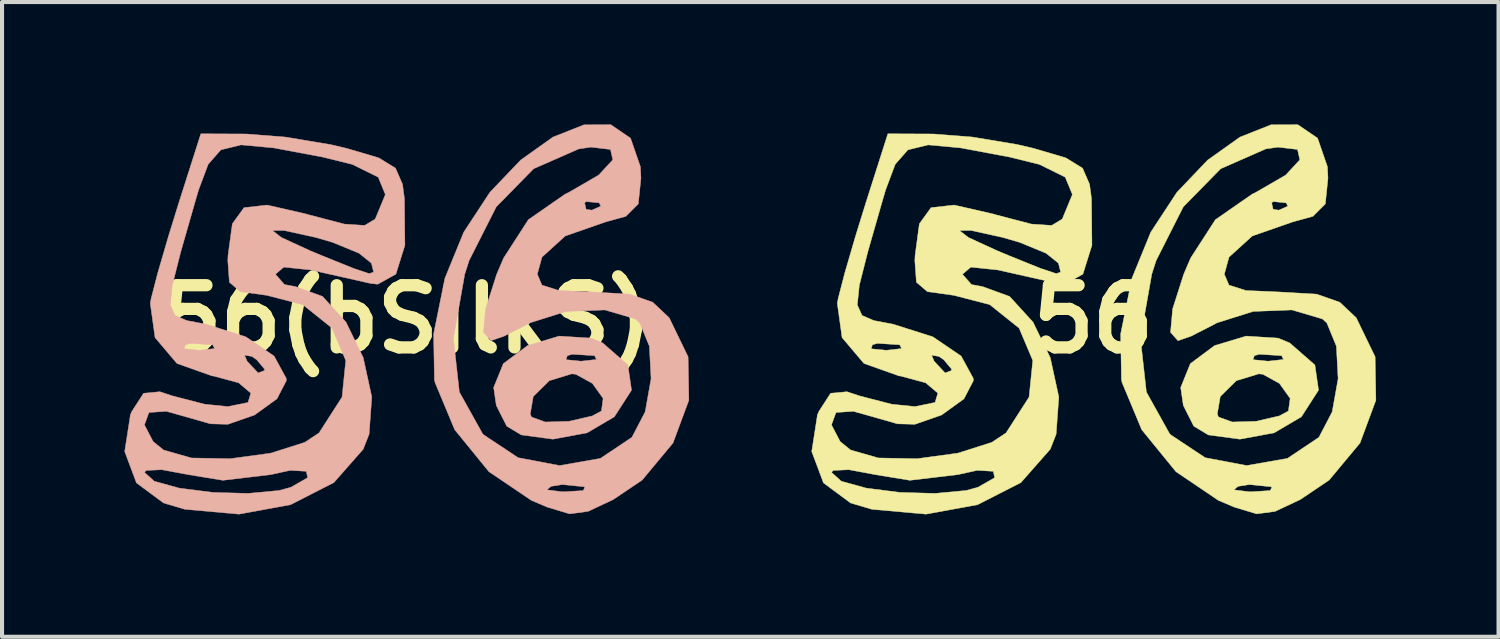
<source format=kicad_pcb>
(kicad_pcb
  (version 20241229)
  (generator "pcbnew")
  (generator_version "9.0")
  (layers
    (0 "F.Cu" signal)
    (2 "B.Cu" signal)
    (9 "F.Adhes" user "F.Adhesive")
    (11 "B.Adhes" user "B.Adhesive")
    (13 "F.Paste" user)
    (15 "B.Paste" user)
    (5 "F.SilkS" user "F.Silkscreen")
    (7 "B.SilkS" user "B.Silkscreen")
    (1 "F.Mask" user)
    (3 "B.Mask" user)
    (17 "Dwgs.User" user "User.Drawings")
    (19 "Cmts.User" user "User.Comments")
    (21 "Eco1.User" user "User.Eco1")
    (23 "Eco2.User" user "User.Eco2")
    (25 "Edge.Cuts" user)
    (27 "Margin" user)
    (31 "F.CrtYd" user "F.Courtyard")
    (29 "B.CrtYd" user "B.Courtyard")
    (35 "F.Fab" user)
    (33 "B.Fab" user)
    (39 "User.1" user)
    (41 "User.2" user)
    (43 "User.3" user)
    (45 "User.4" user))
  (footprint "56"
    (layer "F.Cu")
    (at 23.741 4.773)
    (property "Reference" "56" (at 0 0 0) (layer "F.SilkS") (effects (font (size 1.524 1.524) (thickness 0.3))))
    (attr through_hole)
    (fp_poly (pts (xy 4.527 0.462) (xy 4.81 0.58) (xy 5.427 1.119) (xy 5.517 1.737) (xy 5.096 2.39) (xy 4.428 2.783) (xy 3.59 2.938) (xy 2.816 2.834) (xy 2.46 2.62) (xy 2.311 2.325) (xy 3.035 2.325) (xy 3.068 2.396) (xy 3.402 2.517) (xy 3.985 2.5) (xy 4.556 2.368) (xy 4.779 2.247) (xy 4.821 1.939) (xy 4.558 1.572) (xy 4.151 1.347) (xy 4.052 1.337) (xy 3.502 1.505) (xy 3.109 1.892) (xy 3.035 2.325) (xy 2.311 2.325) (xy 2.203 2.11) (xy 2.139 1.671) (xy 2.375 1.088) (xy 2.506 0.99) (xy 3.91 0.99) (xy 4.278 1.027) (xy 4.657 0.985) (xy 4.612 0.892) (xy 4.065 0.857) (xy 3.944 0.892) (xy 3.91 0.99) (xy 2.506 0.99) (xy 2.968 0.645) (xy 3.743 0.412) (xy 4.527 0.462)) (stroke (width 0.01) (type solid)) (fill yes) (layer "F.SilkS"))
    (fp_poly (pts (xy 5.493 -4.438) (xy 5.734 -3.739) (xy 5.748 -3.458) (xy 5.683 -2.826) (xy 5.379 -2.522) (xy 4.881 -2.385) (xy 3.892 -2.04) (xy 3.323 -1.523) (xy 3.208 -1.104) (xy 3.322 -0.837) (xy 3.737 -0.705) (xy 4.569 -0.668) (xy 5.469 -0.616) (xy 6.037 -0.417) (xy 6.44 -0.037) (xy 6.903 0.919) (xy 6.922 1.983) (xy 6.533 3.032) (xy 5.776 3.941) (xy 5.07 4.417) (xy 4.453 4.707) (xy 4 4.768) (xy 3.449 4.602) (xy 3.061 4.437) (xy 2.679 4.178) (xy 3.439 4.178) (xy 3.794 4.224) (xy 3.877 4.226) (xy 4.333 4.197) (xy 4.374 4.113) (xy 4.35 4.103) (xy 3.819 4.05) (xy 3.548 4.093) (xy 3.439 4.178) (xy 2.679 4.178) (xy 2.023 3.735) (xy 1.184 2.706) (xy 0.702 1.55) (xy 0.687 1.475) (xy 0.67 0.468) (xy 1.152 0.468) (xy 1.298 1.782) (xy 1.864 2.798) (xy 1.894 2.831) (xy 2.738 3.391) (xy 3.754 3.584) (xy 4.754 3.409) (xy 5.526 2.892) (xy 5.851 2.269) (xy 5.996 1.456) (xy 5.954 0.66) (xy 5.719 0.088) (xy 5.609 -0.009) (xy 4.863 -0.229) (xy 3.915 -0.192) (xy 3.025 0.088) (xy 2.941 0.134) (xy 2.391 0.415) (xy 2.072 0.525) (xy 1.89 0.32) (xy 1.942 -0.256) (xy 2.212 -1.101) (xy 2.383 -1.501) (xy 2.989 -2.44) (xy 3.582 -2.852) (xy 4.367 -2.852) (xy 4.404 -2.693) (xy 4.545 -2.674) (xy 4.765 -2.772) (xy 4.724 -2.852) (xy 4.406 -2.884) (xy 4.367 -2.852) (xy 3.582 -2.852) (xy 3.889 -3.065) (xy 3.974 -3.106) (xy 4.71 -3.532) (xy 5.058 -3.907) (xy 5.001 -4.161) (xy 4.521 -4.218) (xy 4.221 -4.173) (xy 3.119 -3.689) (xy 2.203 -2.755) (xy 1.537 -1.439) (xy 1.431 -1.108) (xy 1.152 0.468) (xy 0.67 0.468) (xy 0.668 0.358) (xy 0.944 -1.005) (xy 1.406 -2.135) (xy 2.048 -3.113) (xy 2.8 -3.901) (xy 3.591 -4.464) (xy 4.351 -4.765) (xy 5.009 -4.768) (xy 5.493 -4.438)) (stroke (width 0.01) (type solid)) (fill yes) (layer "F.SilkS"))
    (fp_poly (pts (xy -3.922 -4.54) (xy -2.963 -4.465) (xy -1.866 -4.282) (xy -1.471 -4.19) (xy -0.677 -3.956) (xy -0.266 -3.703) (xy -0.094 -3.308) (xy -0.047 -2.955) (xy -0.036 -1.813) (xy -0.257 -1.106) (xy -0.701 -0.859) (xy -0.881 -0.879) (xy -1.571 -1.035) (xy -2.339 -1.208) (xy -3.004 -1.278) (xy -3.208 -1.103) (xy -2.987 -0.851) (xy -2.72 -0.802) (xy -2.054 -0.56) (xy -1.479 0.07) (xy -1.057 0.94) (xy -0.847 1.904) (xy -0.913 2.815) (xy -1.057 3.184) (xy -1.777 4.002) (xy -2.839 4.544) (xy -4.102 4.775) (xy -5.429 4.656) (xy -5.949 4.502) (xy -6.614 4.009) (xy -6.71 3.752) (xy -6.417 3.752) (xy -6.177 3.968) (xy -5.565 4.137) (xy -4.743 4.242) (xy -3.874 4.266) (xy -3.118 4.195) (xy -2.829 4.116) (xy -2.418 3.881) (xy -2.453 3.725) (xy -2.845 3.702) (xy -3.32 3.806) (xy -4.496 3.946) (xy -5.325 3.81) (xy -5.992 3.686) (xy -6.378 3.704) (xy -6.417 3.752) (xy -6.71 3.752) (xy -6.902 3.24) (xy -6.8 2.587) (xy -6.418 2.587) (xy -6.205 2.996) (xy -5.949 3.203) (xy -5.268 3.398) (xy -4.319 3.416) (xy -3.32 3.28) (xy -2.488 3.015) (xy -2.14 2.784) (xy -1.576 1.906) (xy -1.485 1.01) (xy -1.821 0.216) (xy -2.54 -0.359) (xy -3.416 -0.586) (xy -4.068 -0.677) (xy -4.337 -0.908) (xy -4.375 -1.434) (xy -4.369 -1.567) (xy -4.287 -2.174) (xy -3.281 -2.174) (xy -3.064 -2.005) (xy -2.353 -1.678) (xy -2.05 -1.552) (xy -1.289 -1.245) (xy -0.911 -1.119) (xy -0.802 -1.156) (xy -0.848 -1.34) (xy -0.86 -1.378) (xy -1.16 -1.618) (xy -1.805 -1.884) (xy -2.224 -2.006) (xy -3.002 -2.177) (xy -3.281 -2.174) (xy -4.287 -2.174) (xy -4.264 -2.341) (xy -3.978 -2.735) (xy -3.412 -2.799) (xy -2.467 -2.583) (xy -2.389 -2.56) (xy -1.52 -2.333) (xy -1.022 -2.3) (xy -0.768 -2.453) (xy -0.756 -2.473) (xy -0.515 -3.057) (xy -0.689 -3.481) (xy -1.322 -3.794) (xy -2.05 -3.974) (xy -3.255 -4.2) (xy -4.05 -4.273) (xy -4.546 -4.151) (xy -4.856 -3.797) (xy -5.091 -3.17) (xy -5.178 -2.874) (xy -5.53 -1.645) (xy -5.735 -0.836) (xy -5.785 -0.351) (xy -5.669 -0.094) (xy -5.381 0.031) (xy -4.909 0.121) (xy -4.9 0.123) (xy -3.934 0.43) (xy -3.241 0.901) (xy -2.944 1.446) (xy -2.941 1.506) (xy -3.171 1.949) (xy -3.718 2.345) (xy -4.372 2.573) (xy -4.8 2.562) (xy -5.537 2.352) (xy -5.882 2.255) (xy -6.307 2.284) (xy -6.418 2.587) (xy -6.8 2.587) (xy -6.762 2.341) (xy -6.726 2.257) (xy -6.439 1.813) (xy -6.04 1.775) (xy -5.738 1.875) (xy -4.944 2.081) (xy -4.372 2.139) (xy -3.88 2.038) (xy -3.811 1.809) (xy -4.11 1.557) (xy -4.72 1.392) (xy -4.763 1.387) (xy -5.621 1.083) (xy -5.794 0.879) (xy -3.967 0.879) (xy -3.902 1.028) (xy -3.633 1.315) (xy -3.478 1.256) (xy -3.476 1.219) (xy -3.666 0.993) (xy -3.784 0.91) (xy -3.967 0.879) (xy -5.794 0.879) (xy -5.926 0.723) (xy -5.448 0.723) (xy -5.08 0.76) (xy -4.7 0.718) (xy -4.746 0.625) (xy -5.293 0.59) (xy -5.414 0.625) (xy -5.448 0.723) (xy -5.926 0.723) (xy -6.158 0.449) (xy -6.275 -0.39) (xy -6.252 -0.517) (xy -6.092 -1.134) (xy -5.827 -2.042) (xy -5.569 -2.874) (xy -5.036 -4.545) (xy -3.922 -4.54)) (stroke (width 0.01) (type solid)) (fill yes) (layer "F.SilkS")))
  (footprint "56(bSilkS)"
    (layer "F.Cu")
    (at 6.907 4.773)
    (property "Reference" "56(bSilkS)" (at 0 0 0) (layer "F.SilkS") (effects (font (size 1.524 1.524) (thickness 0.3))))
    (attr through_hole)
    (fp_poly (pts (xy 4.527 0.462) (xy 4.81 0.58) (xy 5.427 1.119) (xy 5.517 1.737) (xy 5.096 2.39) (xy 4.428 2.783) (xy 3.59 2.938) (xy 2.816 2.834) (xy 2.46 2.62) (xy 2.311 2.325) (xy 3.035 2.325) (xy 3.068 2.396) (xy 3.402 2.517) (xy 3.985 2.5) (xy 4.556 2.368) (xy 4.779 2.247) (xy 4.821 1.939) (xy 4.558 1.572) (xy 4.151 1.347) (xy 4.052 1.337) (xy 3.502 1.505) (xy 3.109 1.892) (xy 3.035 2.325) (xy 2.311 2.325) (xy 2.203 2.11) (xy 2.139 1.671) (xy 2.375 1.088) (xy 2.506 0.99) (xy 3.91 0.99) (xy 4.278 1.027) (xy 4.657 0.985) (xy 4.612 0.892) (xy 4.065 0.857) (xy 3.944 0.892) (xy 3.91 0.99) (xy 2.506 0.99) (xy 2.968 0.645) (xy 3.743 0.412) (xy 4.527 0.462)) (stroke (width 0.01) (type solid)) (fill yes) (layer "B.SilkS"))
    (fp_poly (pts (xy 5.493 -4.438) (xy 5.734 -3.739) (xy 5.748 -3.458) (xy 5.683 -2.826) (xy 5.379 -2.522) (xy 4.881 -2.385) (xy 3.892 -2.04) (xy 3.323 -1.523) (xy 3.208 -1.104) (xy 3.322 -0.837) (xy 3.737 -0.705) (xy 4.569 -0.668) (xy 5.469 -0.616) (xy 6.037 -0.417) (xy 6.44 -0.037) (xy 6.903 0.919) (xy 6.922 1.983) (xy 6.533 3.032) (xy 5.776 3.941) (xy 5.07 4.417) (xy 4.453 4.707) (xy 4 4.768) (xy 3.449 4.602) (xy 3.061 4.437) (xy 2.679 4.178) (xy 3.439 4.178) (xy 3.794 4.224) (xy 3.877 4.226) (xy 4.333 4.197) (xy 4.374 4.113) (xy 4.35 4.103) (xy 3.819 4.05) (xy 3.548 4.093) (xy 3.439 4.178) (xy 2.679 4.178) (xy 2.023 3.735) (xy 1.184 2.706) (xy 0.702 1.55) (xy 0.687 1.475) (xy 0.67 0.468) (xy 1.152 0.468) (xy 1.298 1.782) (xy 1.864 2.798) (xy 1.894 2.831) (xy 2.738 3.391) (xy 3.754 3.584) (xy 4.754 3.409) (xy 5.526 2.892) (xy 5.851 2.269) (xy 5.996 1.456) (xy 5.954 0.66) (xy 5.719 0.088) (xy 5.609 -0.009) (xy 4.863 -0.229) (xy 3.915 -0.192) (xy 3.025 0.088) (xy 2.941 0.134) (xy 2.391 0.415) (xy 2.072 0.525) (xy 1.89 0.32) (xy 1.942 -0.256) (xy 2.212 -1.101) (xy 2.383 -1.501) (xy 2.989 -2.44) (xy 3.582 -2.852) (xy 4.367 -2.852) (xy 4.404 -2.693) (xy 4.545 -2.674) (xy 4.765 -2.772) (xy 4.724 -2.852) (xy 4.406 -2.884) (xy 4.367 -2.852) (xy 3.582 -2.852) (xy 3.889 -3.065) (xy 3.974 -3.106) (xy 4.71 -3.532) (xy 5.058 -3.907) (xy 5.001 -4.161) (xy 4.521 -4.218) (xy 4.221 -4.173) (xy 3.119 -3.689) (xy 2.203 -2.755) (xy 1.537 -1.439) (xy 1.431 -1.108) (xy 1.152 0.468) (xy 0.67 0.468) (xy 0.668 0.358) (xy 0.944 -1.005) (xy 1.406 -2.135) (xy 2.048 -3.113) (xy 2.8 -3.901) (xy 3.591 -4.464) (xy 4.351 -4.765) (xy 5.009 -4.768) (xy 5.493 -4.438)) (stroke (width 0.01) (type solid)) (fill yes) (layer "B.SilkS"))
    (fp_poly (pts (xy -3.922 -4.54) (xy -2.963 -4.465) (xy -1.866 -4.282) (xy -1.471 -4.19) (xy -0.677 -3.956) (xy -0.266 -3.703) (xy -0.094 -3.308) (xy -0.047 -2.955) (xy -0.036 -1.813) (xy -0.257 -1.106) (xy -0.701 -0.859) (xy -0.881 -0.879) (xy -1.571 -1.035) (xy -2.339 -1.208) (xy -3.004 -1.278) (xy -3.208 -1.103) (xy -2.987 -0.851) (xy -2.72 -0.802) (xy -2.054 -0.56) (xy -1.479 0.07) (xy -1.057 0.94) (xy -0.847 1.904) (xy -0.913 2.815) (xy -1.057 3.184) (xy -1.777 4.002) (xy -2.839 4.544) (xy -4.102 4.775) (xy -5.429 4.656) (xy -5.949 4.502) (xy -6.614 4.009) (xy -6.71 3.752) (xy -6.417 3.752) (xy -6.177 3.968) (xy -5.565 4.137) (xy -4.743 4.242) (xy -3.874 4.266) (xy -3.118 4.195) (xy -2.829 4.116) (xy -2.418 3.881) (xy -2.453 3.725) (xy -2.845 3.702) (xy -3.32 3.806) (xy -4.496 3.946) (xy -5.325 3.81) (xy -5.992 3.686) (xy -6.378 3.704) (xy -6.417 3.752) (xy -6.71 3.752) (xy -6.902 3.24) (xy -6.8 2.587) (xy -6.418 2.587) (xy -6.205 2.996) (xy -5.949 3.203) (xy -5.268 3.398) (xy -4.319 3.416) (xy -3.32 3.28) (xy -2.488 3.015) (xy -2.14 2.784) (xy -1.576 1.906) (xy -1.485 1.01) (xy -1.821 0.216) (xy -2.54 -0.359) (xy -3.416 -0.586) (xy -4.068 -0.677) (xy -4.337 -0.908) (xy -4.375 -1.434) (xy -4.369 -1.567) (xy -4.287 -2.174) (xy -3.281 -2.174) (xy -3.064 -2.005) (xy -2.353 -1.678) (xy -2.05 -1.552) (xy -1.289 -1.245) (xy -0.911 -1.119) (xy -0.802 -1.156) (xy -0.848 -1.34) (xy -0.86 -1.378) (xy -1.16 -1.618) (xy -1.805 -1.884) (xy -2.224 -2.006) (xy -3.002 -2.177) (xy -3.281 -2.174) (xy -4.287 -2.174) (xy -4.264 -2.341) (xy -3.978 -2.735) (xy -3.412 -2.799) (xy -2.467 -2.583) (xy -2.389 -2.56) (xy -1.52 -2.333) (xy -1.022 -2.3) (xy -0.768 -2.453) (xy -0.756 -2.473) (xy -0.515 -3.057) (xy -0.689 -3.481) (xy -1.322 -3.794) (xy -2.05 -3.974) (xy -3.255 -4.2) (xy -4.05 -4.273) (xy -4.546 -4.151) (xy -4.856 -3.797) (xy -5.091 -3.17) (xy -5.178 -2.874) (xy -5.53 -1.645) (xy -5.735 -0.836) (xy -5.785 -0.351) (xy -5.669 -0.094) (xy -5.381 0.031) (xy -4.909 0.121) (xy -4.9 0.123) (xy -3.934 0.43) (xy -3.241 0.901) (xy -2.944 1.446) (xy -2.941 1.506) (xy -3.171 1.949) (xy -3.718 2.345) (xy -4.372 2.573) (xy -4.8 2.562) (xy -5.537 2.352) (xy -5.882 2.255) (xy -6.307 2.284) (xy -6.418 2.587) (xy -6.8 2.587) (xy -6.762 2.341) (xy -6.726 2.257) (xy -6.439 1.813) (xy -6.04 1.775) (xy -5.738 1.875) (xy -4.944 2.081) (xy -4.372 2.139) (xy -3.88 2.038) (xy -3.811 1.809) (xy -4.11 1.557) (xy -4.72 1.392) (xy -4.763 1.387) (xy -5.621 1.083) (xy -5.794 0.879) (xy -3.967 0.879) (xy -3.902 1.028) (xy -3.633 1.315) (xy -3.478 1.256) (xy -3.476 1.219) (xy -3.666 0.993) (xy -3.784 0.91) (xy -3.967 0.879) (xy -5.794 0.879) (xy -5.926 0.723) (xy -5.448 0.723) (xy -5.08 0.76) (xy -4.7 0.718) (xy -4.746 0.625) (xy -5.293 0.59) (xy -5.414 0.625) (xy -5.448 0.723) (xy -5.926 0.723) (xy -6.158 0.449) (xy -6.275 -0.39) (xy -6.252 -0.517) (xy -6.092 -1.134) (xy -5.827 -2.042) (xy -5.569 -2.874) (xy -5.036 -4.545) (xy -3.922 -4.54)) (stroke (width 0.01) (type solid)) (fill yes) (layer "B.SilkS")))
  (gr_rect
    (start -3 -3)
    (end 33.668 12.553)
    (stroke (width 0.1) (type default))
    (fill no)
    (layer "Edge.Cuts")))
</source>
